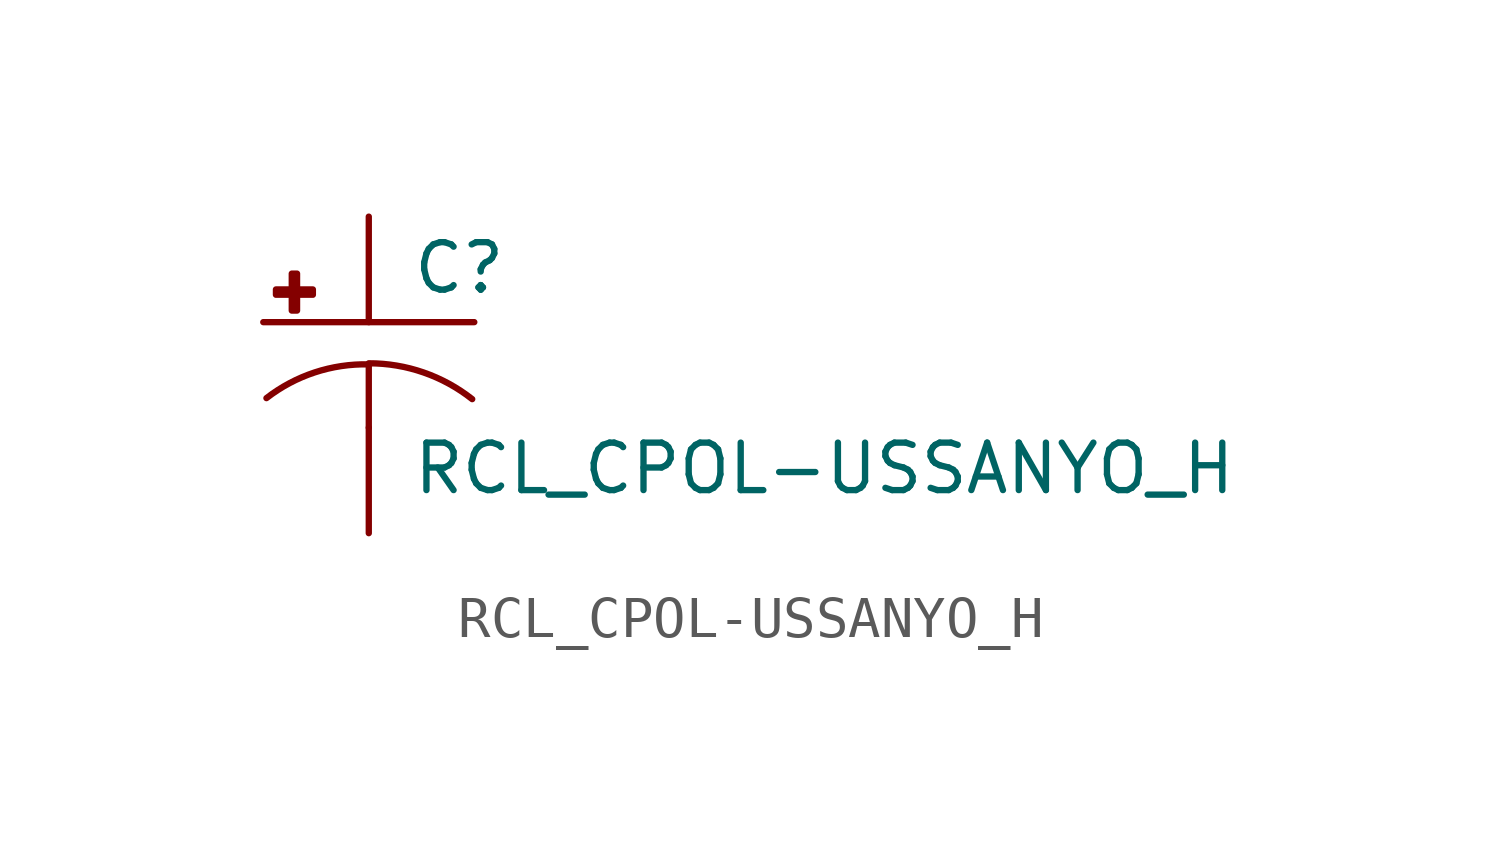
<source format=kicad_sym>
(kicad_symbol_lib
  (version 20210619)
  (generator kicad_symbol_editor)
  (symbol "RCL_CPOL-USSANYO_H"
    (pin_numbers hide)
    (pin_names
      (offset 1.016) hide)
    (property "Reference" "C"
      (at 1.016 0.635 0)
      (effects (font (size 1.143 1.143)) (justify left bottom)))
    (property "Value" "RCL_CPOL-USSANYO_H"
      (at 1.016 -4.191 0)
      (effects (font (size 1.143 1.143)) (justify left bottom)))
    (property "ki_locked" ""
      (at 0 0 0)
      (effects (font (size 1.27 1.27))))
    (symbol "RCL_CPOL-USSANYO_H_1_0"
      (polyline (pts (xy -2.54 0) (xy 2.54 0)) (stroke (width 0)) (fill (type none)))
      (polyline (pts (xy 0 -1.016) (xy 0 -2.54)) (stroke (width 0)) (fill (type none)))
      (polyline (pts (xy 0 -1.016) (xy 0 -1.016)) (stroke (width 0)) (fill (type none))))
    (symbol "RCL_CPOL-USSANYO_H_1_1"
      (arc (start 0 -1.016) (end -2.4638 -1.8288) (radius (at 0 -5.0546) (length 4.0386) (angles 90.1 127.3)) (stroke (width 0)) (fill (type none)))
      (arc (start 2.4892 -1.8542) (end 0 -0.9906) (radius (at 0 -5.0292) (length 4.0386) (angles 52.3 89.9)) (stroke (width 0)) (fill (type none)))
      (rectangle (start -2.235 0.66) (end -1.346 0.787) (stroke (width 0)) (fill (type outline)))
      (rectangle (start -1.854 0.279) (end -1.727 1.168) (stroke (width 0)) (fill (type outline)))
      (pin passive line (at 0 2.54 270) (length 2.54) (name "+" (effects (font (size 1.016 1.016)))) (number "+" (effects (font (size 1.016 1.016)))))
      (pin passive line (at 0 -5.08 90) (length 2.54) (name "-" (effects (font (size 1.016 1.016)))) (number "-" (effects (font (size 1.016 1.016))))))))
</source>
